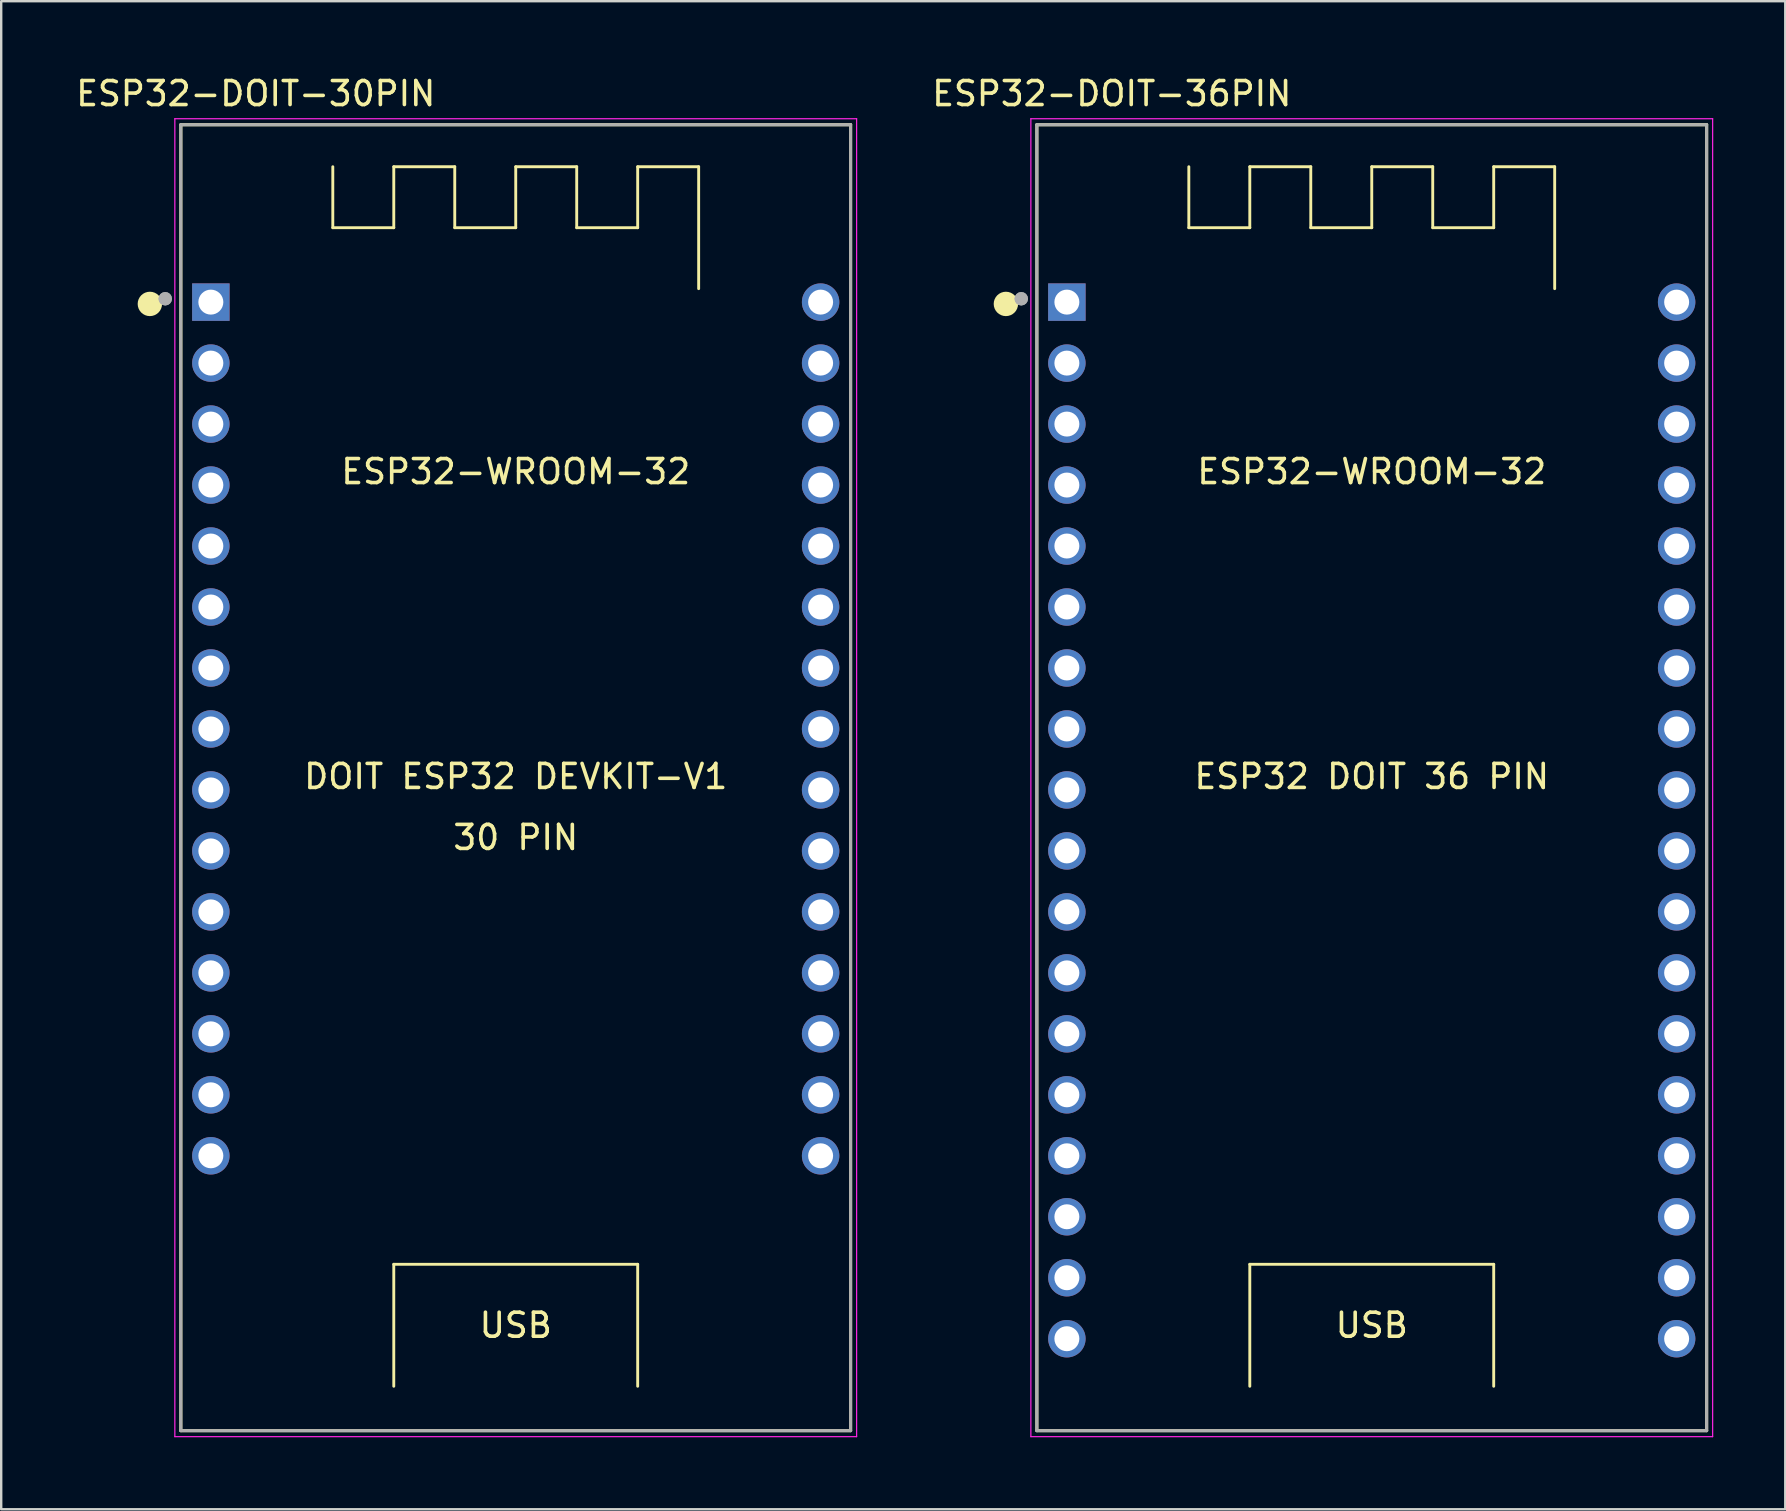
<source format=kicad_pcb>
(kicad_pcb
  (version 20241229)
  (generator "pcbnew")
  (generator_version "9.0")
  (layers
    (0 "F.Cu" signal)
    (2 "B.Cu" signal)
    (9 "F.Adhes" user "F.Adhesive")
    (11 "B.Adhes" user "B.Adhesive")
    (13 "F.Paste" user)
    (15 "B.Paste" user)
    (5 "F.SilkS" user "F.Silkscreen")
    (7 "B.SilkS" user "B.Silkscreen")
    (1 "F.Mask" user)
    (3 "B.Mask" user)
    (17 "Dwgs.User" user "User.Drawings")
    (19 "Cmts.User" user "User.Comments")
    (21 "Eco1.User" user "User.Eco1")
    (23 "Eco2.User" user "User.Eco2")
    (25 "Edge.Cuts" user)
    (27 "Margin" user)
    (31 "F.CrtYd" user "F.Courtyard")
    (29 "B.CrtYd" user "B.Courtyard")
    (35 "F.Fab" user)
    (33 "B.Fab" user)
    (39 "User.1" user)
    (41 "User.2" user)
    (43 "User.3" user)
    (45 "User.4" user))
  (footprint "ESP32-DOIT-36PIN"
    (layer "F.Cu")
    (at 54.091 29.295)
    (property "Reference" "ESP32-DOIT-36PIN" (at -10.829 -28.446 0) (layer "F.SilkS") (effects (font (size 1 1) (thickness 0.15))))
    (attr through_hole)
    (fp_line (start -13.95 -27.15) (end 13.95 -27.15) (stroke (width 0.127) (type solid)) (layer "F.SilkS"))
    (fp_line (start -13.95 27.25) (end -13.95 -27.15) (stroke (width 0.127) (type solid)) (layer "F.SilkS"))
    (fp_line (start -7.62 -22.86) (end -7.62 -25.4) (stroke (width 0.12) (type solid)) (layer "F.SilkS"))
    (fp_line (start -5.08 -25.4) (end -5.08 -22.86) (stroke (width 0.12) (type solid)) (layer "F.SilkS"))
    (fp_line (start -5.08 -22.86) (end -7.62 -22.86) (stroke (width 0.12) (type solid)) (layer "F.SilkS"))
    (fp_line (start -5.08 20.32) (end 5.08 20.32) (stroke (width 0.12) (type solid)) (layer "F.SilkS"))
    (fp_line (start -5.08 25.4) (end -5.08 20.32) (stroke (width 0.12) (type solid)) (layer "F.SilkS"))
    (fp_line (start -2.54 -25.4) (end -5.08 -25.4) (stroke (width 0.12) (type solid)) (layer "F.SilkS"))
    (fp_line (start -2.54 -22.86) (end -2.54 -25.4) (stroke (width 0.12) (type solid)) (layer "F.SilkS"))
    (fp_line (start 0 -25.4) (end 0 -22.86) (stroke (width 0.12) (type solid)) (layer "F.SilkS"))
    (fp_line (start 0 -22.86) (end -2.54 -22.86) (stroke (width 0.12) (type solid)) (layer "F.SilkS"))
    (fp_line (start 2.54 -25.4) (end 0 -25.4) (stroke (width 0.12) (type solid)) (layer "F.SilkS"))
    (fp_line (start 2.54 -22.86) (end 2.54 -25.4) (stroke (width 0.12) (type solid)) (layer "F.SilkS"))
    (fp_line (start 5.08 -25.4) (end 5.08 -22.86) (stroke (width 0.12) (type solid)) (layer "F.SilkS"))
    (fp_line (start 5.08 -22.86) (end 2.54 -22.86) (stroke (width 0.12) (type solid)) (layer "F.SilkS"))
    (fp_line (start 5.08 20.32) (end 5.08 25.4) (stroke (width 0.12) (type solid)) (layer "F.SilkS"))
    (fp_line (start 7.62 -25.4) (end 5.08 -25.4) (stroke (width 0.12) (type solid)) (layer "F.SilkS"))
    (fp_line (start 7.62 -20.32) (end 7.62 -25.4) (stroke (width 0.12) (type solid)) (layer "F.SilkS"))
    (fp_line (start 13.95 -27.15) (end 13.95 27.25) (stroke (width 0.127) (type solid)) (layer "F.SilkS"))
    (fp_line (start 13.95 27.25) (end -13.95 27.25) (stroke (width 0.127) (type solid)) (layer "F.SilkS"))
    (fp_circle (center -15.24 -19.685) (end -14.986 -19.685) (stroke (width 0.508) (type solid)) (fill no) (layer "F.SilkS"))
    (fp_line (start -14.2 -27.4) (end 14.2 -27.4) (stroke (width 0.05) (type solid)) (layer "F.CrtYd"))
    (fp_line (start -14.2 27.5) (end -14.2 -27.4) (stroke (width 0.05) (type solid)) (layer "F.CrtYd"))
    (fp_line (start 14.2 -27.4) (end 14.2 27.5) (stroke (width 0.05) (type solid)) (layer "F.CrtYd"))
    (fp_line (start 14.2 27.5) (end -14.2 27.5) (stroke (width 0.05) (type solid)) (layer "F.CrtYd"))
    (fp_line (start -13.95 -27.15) (end 13.95 -27.15) (stroke (width 0.127) (type solid)) (layer "F.Fab"))
    (fp_line (start -13.95 27.25) (end -13.95 -27.15) (stroke (width 0.127) (type solid)) (layer "F.Fab"))
    (fp_line (start 13.95 -27.15) (end 13.95 27.25) (stroke (width 0.127) (type solid)) (layer "F.Fab"))
    (fp_line (start 13.95 27.25) (end -13.95 27.25) (stroke (width 0.127) (type solid)) (layer "F.Fab"))
    (fp_circle (center -14.6 -19.9) (end -14.46 -19.9) (stroke (width 0.28) (type solid)) (fill no) (layer "F.Fab"))
    (fp_circle (center -14.6 -19.9) (end -14.46 -19.9) (stroke (width 0.28) (type solid)) (fill no) (layer "F.Fab"))
    (fp_text user "USB" (at 0 22.86 0) (layer "F.SilkS") (effects (font (size 1 1) (thickness 0.15))))
    (fp_text user "ESP32 DOIT 36 PIN" (at 0 0 0) (layer "F.SilkS") (effects (font (size 1 1) (thickness 0.15))))
    (fp_text user "ESP32-WROOM-32" (at 0 -12.7 0) (layer "F.SilkS") (effects (font (size 1 1) (thickness 0.15))))
    (pad "1" thru_hole rect (at -12.7 -19.76) (size 1.56 1.56) (drill 1.04) (layers "*.Cu" "*.Mask"))
    (pad "2" thru_hole circle (at -12.7 -17.22) (size 1.56 1.56) (drill 1.04) (layers "*.Cu" "*.Mask"))
    (pad "3" thru_hole circle (at -12.7 -14.68) (size 1.56 1.56) (drill 1.04) (layers "*.Cu" "*.Mask"))
    (pad "4" thru_hole circle (at -12.7 -12.14) (size 1.56 1.56) (drill 1.04) (layers "*.Cu" "*.Mask"))
    (pad "5" thru_hole circle (at -12.7 -9.6) (size 1.56 1.56) (drill 1.04) (layers "*.Cu" "*.Mask"))
    (pad "6" thru_hole circle (at -12.7 -7.06) (size 1.56 1.56) (drill 1.04) (layers "*.Cu" "*.Mask"))
    (pad "7" thru_hole circle (at -12.7 -4.52) (size 1.56 1.56) (drill 1.04) (layers "*.Cu" "*.Mask"))
    (pad "8" thru_hole circle (at -12.7 -1.98) (size 1.56 1.56) (drill 1.04) (layers "*.Cu" "*.Mask"))
    (pad "9" thru_hole circle (at -12.7 0.56) (size 1.56 1.56) (drill 1.04) (layers "*.Cu" "*.Mask"))
    (pad "10" thru_hole circle (at -12.7 3.1) (size 1.56 1.56) (drill 1.04) (layers "*.Cu" "*.Mask"))
    (pad "11" thru_hole circle (at -12.7 5.64) (size 1.56 1.56) (drill 1.04) (layers "*.Cu" "*.Mask"))
    (pad "12" thru_hole circle (at -12.7 8.18) (size 1.56 1.56) (drill 1.04) (layers "*.Cu" "*.Mask"))
    (pad "13" thru_hole circle (at -12.7 10.72) (size 1.56 1.56) (drill 1.04) (layers "*.Cu" "*.Mask"))
    (pad "14" thru_hole circle (at -12.7 13.26) (size 1.56 1.56) (drill 1.04) (layers "*.Cu" "*.Mask"))
    (pad "15" thru_hole circle (at -12.7 15.8) (size 1.56 1.56) (drill 1.04) (layers "*.Cu" "*.Mask"))
    (pad "16" thru_hole circle (at -12.7 18.34) (size 1.56 1.56) (drill 1.04) (layers "*.Cu" "*.Mask"))
    (pad "17" thru_hole circle (at -12.7 20.88) (size 1.56 1.56) (drill 1.04) (layers "*.Cu" "*.Mask"))
    (pad "18" thru_hole circle (at -12.7 23.42) (size 1.56 1.56) (drill 1.04) (layers "*.Cu" "*.Mask"))
    (pad "19" thru_hole circle (at 12.7 -19.76) (size 1.56 1.56) (drill 1.04) (layers "*.Cu" "*.Mask"))
    (pad "20" thru_hole circle (at 12.7 -17.22) (size 1.56 1.56) (drill 1.04) (layers "*.Cu" "*.Mask"))
    (pad "21" thru_hole circle (at 12.7 -14.68) (size 1.56 1.56) (drill 1.04) (layers "*.Cu" "*.Mask"))
    (pad "22" thru_hole circle (at 12.7 -12.14) (size 1.56 1.56) (drill 1.04) (layers "*.Cu" "*.Mask"))
    (pad "23" thru_hole circle (at 12.7 -9.6) (size 1.56 1.56) (drill 1.04) (layers "*.Cu" "*.Mask"))
    (pad "24" thru_hole circle (at 12.7 -7.06) (size 1.56 1.56) (drill 1.04) (layers "*.Cu" "*.Mask"))
    (pad "25" thru_hole circle (at 12.7 -4.52) (size 1.56 1.56) (drill 1.04) (layers "*.Cu" "*.Mask"))
    (pad "26" thru_hole circle (at 12.7 -1.98) (size 1.56 1.56) (drill 1.04) (layers "*.Cu" "*.Mask"))
    (pad "27" thru_hole circle (at 12.7 0.56) (size 1.56 1.56) (drill 1.04) (layers "*.Cu" "*.Mask"))
    (pad "28" thru_hole circle (at 12.7 3.1) (size 1.56 1.56) (drill 1.04) (layers "*.Cu" "*.Mask"))
    (pad "29" thru_hole circle (at 12.7 5.64) (size 1.56 1.56) (drill 1.04) (layers "*.Cu" "*.Mask"))
    (pad "30" thru_hole circle (at 12.7 8.18) (size 1.56 1.56) (drill 1.04) (layers "*.Cu" "*.Mask"))
    (pad "31" thru_hole circle (at 12.7 10.72) (size 1.56 1.56) (drill 1.04) (layers "*.Cu" "*.Mask"))
    (pad "32" thru_hole circle (at 12.7 13.26) (size 1.56 1.56) (drill 1.04) (layers "*.Cu" "*.Mask"))
    (pad "33" thru_hole circle (at 12.7 15.8) (size 1.56 1.56) (drill 1.04) (layers "*.Cu" "*.Mask"))
    (pad "34" thru_hole circle (at 12.7 18.34) (size 1.56 1.56) (drill 1.04) (layers "*.Cu" "*.Mask"))
    (pad "35" thru_hole circle (at 12.7 20.88) (size 1.56 1.56) (drill 1.04) (layers "*.Cu" "*.Mask"))
    (pad "36" thru_hole circle (at 12.7 23.42) (size 1.56 1.56) (drill 1.04) (layers "*.Cu" "*.Mask")))
  (footprint "ESP32-DOIT-30PIN"
    (layer "F.Cu")
    (at 18.433 29.295)
    (property "Reference" "ESP32-DOIT-30PIN" (at -10.829 -28.446 0) (layer "F.SilkS") (effects (font (size 1 1) (thickness 0.15))))
    (attr through_hole)
    (fp_line (start -13.95 -27.15) (end 13.95 -27.15) (stroke (width 0.127) (type solid)) (layer "F.SilkS"))
    (fp_line (start -13.95 27.25) (end -13.95 -27.15) (stroke (width 0.127) (type solid)) (layer "F.SilkS"))
    (fp_line (start -7.62 -22.86) (end -7.62 -25.4) (stroke (width 0.12) (type solid)) (layer "F.SilkS"))
    (fp_line (start -5.08 -25.4) (end -5.08 -22.86) (stroke (width 0.12) (type solid)) (layer "F.SilkS"))
    (fp_line (start -5.08 -22.86) (end -7.62 -22.86) (stroke (width 0.12) (type solid)) (layer "F.SilkS"))
    (fp_line (start -5.08 20.32) (end 5.08 20.32) (stroke (width 0.12) (type solid)) (layer "F.SilkS"))
    (fp_line (start -5.08 25.4) (end -5.08 20.32) (stroke (width 0.12) (type solid)) (layer "F.SilkS"))
    (fp_line (start -2.54 -25.4) (end -5.08 -25.4) (stroke (width 0.12) (type solid)) (layer "F.SilkS"))
    (fp_line (start -2.54 -22.86) (end -2.54 -25.4) (stroke (width 0.12) (type solid)) (layer "F.SilkS"))
    (fp_line (start 0 -25.4) (end 0 -22.86) (stroke (width 0.12) (type solid)) (layer "F.SilkS"))
    (fp_line (start 0 -22.86) (end -2.54 -22.86) (stroke (width 0.12) (type solid)) (layer "F.SilkS"))
    (fp_line (start 2.54 -25.4) (end 0 -25.4) (stroke (width 0.12) (type solid)) (layer "F.SilkS"))
    (fp_line (start 2.54 -22.86) (end 2.54 -25.4) (stroke (width 0.12) (type solid)) (layer "F.SilkS"))
    (fp_line (start 5.08 -25.4) (end 5.08 -22.86) (stroke (width 0.12) (type solid)) (layer "F.SilkS"))
    (fp_line (start 5.08 -22.86) (end 2.54 -22.86) (stroke (width 0.12) (type solid)) (layer "F.SilkS"))
    (fp_line (start 5.08 20.32) (end 5.08 25.4) (stroke (width 0.12) (type solid)) (layer "F.SilkS"))
    (fp_line (start 7.62 -25.4) (end 5.08 -25.4) (stroke (width 0.12) (type solid)) (layer "F.SilkS"))
    (fp_line (start 7.62 -20.32) (end 7.62 -25.4) (stroke (width 0.12) (type solid)) (layer "F.SilkS"))
    (fp_line (start 13.95 -27.15) (end 13.95 27.25) (stroke (width 0.127) (type solid)) (layer "F.SilkS"))
    (fp_line (start 13.95 27.25) (end -13.95 27.25) (stroke (width 0.127) (type solid)) (layer "F.SilkS"))
    (fp_circle (center -15.24 -19.685) (end -14.986 -19.685) (stroke (width 0.508) (type solid)) (fill no) (layer "F.SilkS"))
    (fp_line (start -14.2 -27.4) (end 14.2 -27.4) (stroke (width 0.05) (type solid)) (layer "F.CrtYd"))
    (fp_line (start -14.2 27.5) (end -14.2 -27.4) (stroke (width 0.05) (type solid)) (layer "F.CrtYd"))
    (fp_line (start 14.2 -27.4) (end 14.2 27.5) (stroke (width 0.05) (type solid)) (layer "F.CrtYd"))
    (fp_line (start 14.2 27.5) (end -14.2 27.5) (stroke (width 0.05) (type solid)) (layer "F.CrtYd"))
    (fp_line (start -13.95 -27.15) (end 13.95 -27.15) (stroke (width 0.127) (type solid)) (layer "F.Fab"))
    (fp_line (start -13.95 27.25) (end -13.95 -27.15) (stroke (width 0.127) (type solid)) (layer "F.Fab"))
    (fp_line (start 13.95 -27.15) (end 13.95 27.25) (stroke (width 0.127) (type solid)) (layer "F.Fab"))
    (fp_line (start 13.95 27.25) (end -13.95 27.25) (stroke (width 0.127) (type solid)) (layer "F.Fab"))
    (fp_circle (center -14.6 -19.9) (end -14.46 -19.9) (stroke (width 0.28) (type solid)) (fill no) (layer "F.Fab"))
    (fp_circle (center -14.6 -19.9) (end -14.46 -19.9) (stroke (width 0.28) (type solid)) (fill no) (layer "F.Fab"))
    (fp_text user "30 PIN" (at 0 2.54 0) (layer "F.SilkS") (effects (font (size 1 1) (thickness 0.15))))
    (fp_text user "ESP32-WROOM-32" (at 0 -12.7 0) (layer "F.SilkS") (effects (font (size 1 1) (thickness 0.15))))
    (fp_text user "DOIT ESP32 DEVKIT-V1" (at 0 0 0) (layer "F.SilkS") (effects (font (size 1 1) (thickness 0.15))))
    (fp_text user "USB" (at 0 22.86 0) (layer "F.SilkS") (effects (font (size 1 1) (thickness 0.15))))
    (pad "1" thru_hole rect (at -12.7 -19.76) (size 1.56 1.56) (drill 1.04) (layers "*.Cu" "*.Mask"))
    (pad "2" thru_hole circle (at -12.7 -17.22) (size 1.56 1.56) (drill 1.04) (layers "*.Cu" "*.Mask"))
    (pad "3" thru_hole circle (at -12.7 -14.68) (size 1.56 1.56) (drill 1.04) (layers "*.Cu" "*.Mask"))
    (pad "4" thru_hole circle (at -12.7 -12.14) (size 1.56 1.56) (drill 1.04) (layers "*.Cu" "*.Mask"))
    (pad "5" thru_hole circle (at -12.7 -9.6) (size 1.56 1.56) (drill 1.04) (layers "*.Cu" "*.Mask"))
    (pad "6" thru_hole circle (at -12.7 -7.06) (size 1.56 1.56) (drill 1.04) (layers "*.Cu" "*.Mask"))
    (pad "7" thru_hole circle (at -12.7 -4.52) (size 1.56 1.56) (drill 1.04) (layers "*.Cu" "*.Mask"))
    (pad "8" thru_hole circle (at -12.7 -1.98) (size 1.56 1.56) (drill 1.04) (layers "*.Cu" "*.Mask"))
    (pad "9" thru_hole circle (at -12.7 0.56) (size 1.56 1.56) (drill 1.04) (layers "*.Cu" "*.Mask"))
    (pad "10" thru_hole circle (at -12.7 3.1) (size 1.56 1.56) (drill 1.04) (layers "*.Cu" "*.Mask"))
    (pad "11" thru_hole circle (at -12.7 5.64) (size 1.56 1.56) (drill 1.04) (layers "*.Cu" "*.Mask"))
    (pad "12" thru_hole circle (at -12.7 8.18) (size 1.56 1.56) (drill 1.04) (layers "*.Cu" "*.Mask"))
    (pad "13" thru_hole circle (at -12.7 10.72) (size 1.56 1.56) (drill 1.04) (layers "*.Cu" "*.Mask"))
    (pad "14" thru_hole circle (at -12.7 13.26) (size 1.56 1.56) (drill 1.04) (layers "*.Cu" "*.Mask"))
    (pad "15" thru_hole circle (at -12.7 15.8) (size 1.56 1.56) (drill 1.04) (layers "*.Cu" "*.Mask"))
    (pad "16" thru_hole circle (at 12.7 -19.76) (size 1.56 1.56) (drill 1.04) (layers "*.Cu" "*.Mask"))
    (pad "17" thru_hole circle (at 12.7 -17.22) (size 1.56 1.56) (drill 1.04) (layers "*.Cu" "*.Mask"))
    (pad "18" thru_hole circle (at 12.7 -14.68) (size 1.56 1.56) (drill 1.04) (layers "*.Cu" "*.Mask"))
    (pad "19" thru_hole circle (at 12.7 -12.14) (size 1.56 1.56) (drill 1.04) (layers "*.Cu" "*.Mask"))
    (pad "20" thru_hole circle (at 12.7 -9.6) (size 1.56 1.56) (drill 1.04) (layers "*.Cu" "*.Mask"))
    (pad "21" thru_hole circle (at 12.7 -7.06) (size 1.56 1.56) (drill 1.04) (layers "*.Cu" "*.Mask"))
    (pad "22" thru_hole circle (at 12.7 -4.52) (size 1.56 1.56) (drill 1.04) (layers "*.Cu" "*.Mask"))
    (pad "23" thru_hole circle (at 12.7 -1.98) (size 1.56 1.56) (drill 1.04) (layers "*.Cu" "*.Mask"))
    (pad "24" thru_hole circle (at 12.7 0.56) (size 1.56 1.56) (drill 1.04) (layers "*.Cu" "*.Mask"))
    (pad "25" thru_hole circle (at 12.7 3.1) (size 1.56 1.56) (drill 1.04) (layers "*.Cu" "*.Mask"))
    (pad "26" thru_hole circle (at 12.7 5.64) (size 1.56 1.56) (drill 1.04) (layers "*.Cu" "*.Mask"))
    (pad "27" thru_hole circle (at 12.7 8.18) (size 1.56 1.56) (drill 1.04) (layers "*.Cu" "*.Mask"))
    (pad "28" thru_hole circle (at 12.7 10.72) (size 1.56 1.56) (drill 1.04) (layers "*.Cu" "*.Mask"))
    (pad "29" thru_hole circle (at 12.7 13.26) (size 1.56 1.56) (drill 1.04) (layers "*.Cu" "*.Mask"))
    (pad "30" thru_hole circle (at 12.7 15.8) (size 1.56 1.56) (drill 1.04) (layers "*.Cu" "*.Mask")))
  (gr_rect
    (start -3 -3)
    (end 71.316 59.82)
    (stroke (width 0.1) (type default))
    (fill no)
    (layer "Edge.Cuts")))
</source>
